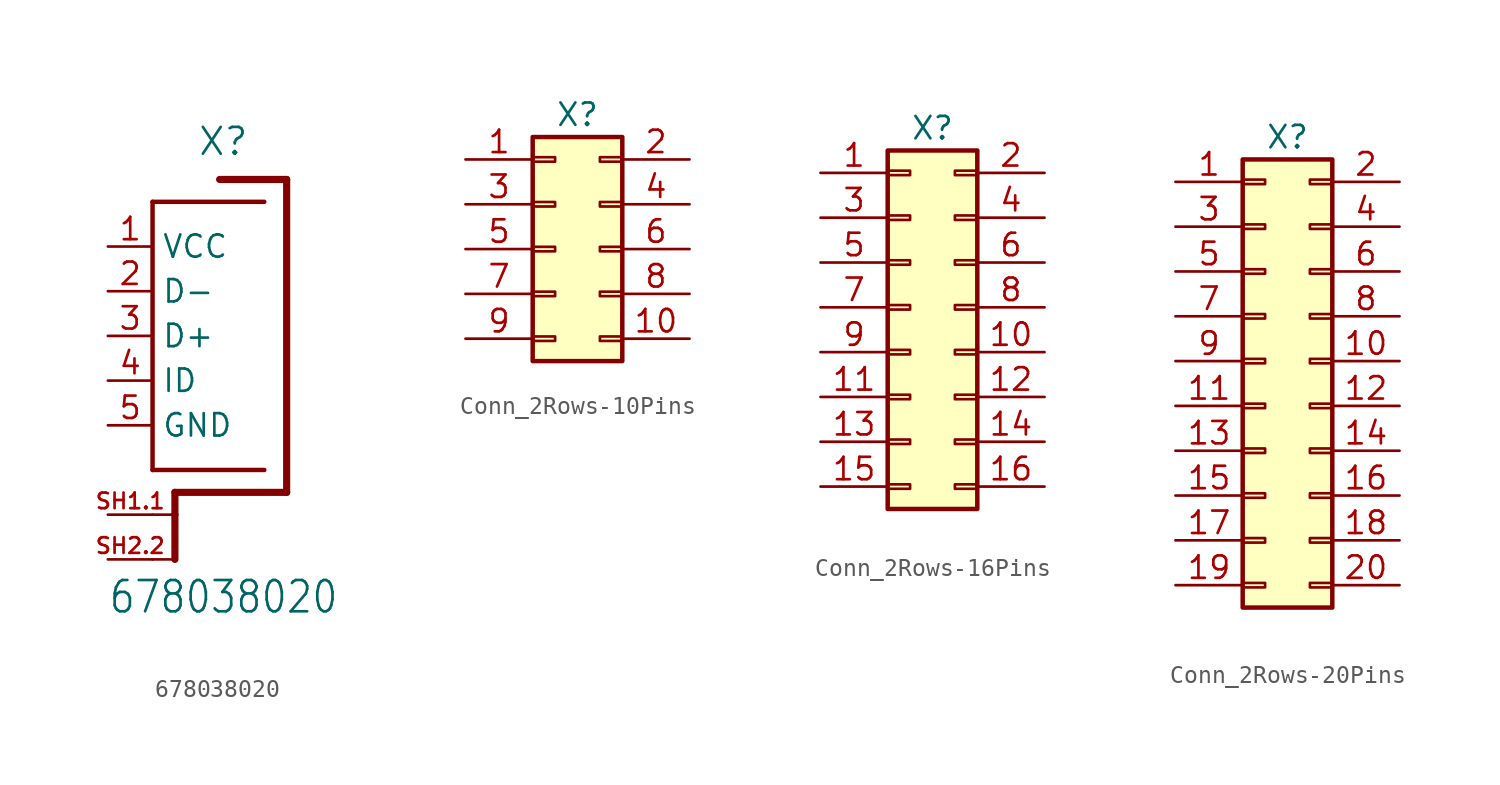
<source format=kicad_sym>
(kicad_symbol_lib
  (version 20220914)
  (generator kicad_symbol_editor)
  (symbol "678038020"
    (property "Reference" "X"
      (at 0 10.16 0)
      (effects (font (size 1.524 1.524)) (justify left bottom)))
    (property "Value" "678038020"
      (at -5.08 -15.875 0)
      (effects (font (size 1.778 1.511)) (justify left bottom)))
    (symbol "678038020_1_0"
      (polyline (pts (xy -2.54 -12.7) (xy -1.27 -12.7)) (stroke (width 0.152) (type solid)) (fill (type none)))
      (polyline (pts (xy -2.54 -10.16) (xy -1.27 -10.16)) (stroke (width 0.152) (type solid)) (fill (type none)))
      (polyline (pts (xy -2.54 -7.62) (xy -2.54 7.62)) (stroke (width 0.254) (type solid)) (fill (type none)))
      (polyline (pts (xy -2.54 7.62) (xy 3.81 7.62)) (stroke (width 0.254) (type solid)) (fill (type none)))
      (polyline (pts (xy -1.27 -10.16) (xy -1.27 -12.7)) (stroke (width 0.406) (type solid)) (fill (type none)))
      (polyline (pts (xy -1.27 -8.89) (xy -1.27 -10.16)) (stroke (width 0.406) (type solid)) (fill (type none)))
      (polyline (pts (xy 1.27 8.89) (xy 5.08 8.89)) (stroke (width 0.406) (type solid)) (fill (type none)))
      (polyline (pts (xy 3.81 -7.62) (xy -2.54 -7.62)) (stroke (width 0.254) (type solid)) (fill (type none)))
      (polyline (pts (xy 5.08 -8.89) (xy -1.27 -8.89)) (stroke (width 0.406) (type solid)) (fill (type none)))
      (polyline (pts (xy 5.08 8.89) (xy 5.08 -8.89)) (stroke (width 0.406) (type solid)) (fill (type none)))
      (pin passive line (at -5.08 5.08 0) (length 2.54) (name "VCC" (effects (font (size 1.27 1.27)))) (number "1" (effects (font (size 1.27 1.27)))))
      (pin passive line (at -5.08 2.54 0) (length 2.54) (name "D-" (effects (font (size 1.27 1.27)))) (number "2" (effects (font (size 1.27 1.27)))))
      (pin passive line (at -5.08 0 0) (length 2.54) (name "D+" (effects (font (size 1.27 1.27)))) (number "3" (effects (font (size 1.27 1.27)))))
      (pin passive line (at -5.08 -2.54 0) (length 2.54) (name "ID" (effects (font (size 1.27 1.27)))) (number "4" (effects (font (size 1.27 1.27)))))
      (pin passive line (at -5.08 -5.08 0) (length 2.54) (name "GND" (effects (font (size 1.27 1.27)))) (number "5" (effects (font (size 1.27 1.27)))))
      (pin passive line (at -5.08 -10.16 0) (length 2.54) (name "SH1" (effects (font (size 0 0)))) (number "SH1.1" (effects (font (size 0.889 0.889)))))
      (pin passive line (at -5.08 -12.7 0) (length 2.54) (name "SH2" (effects (font (size 0 0)))) (number "SH2.2" (effects (font (size 0.889 0.889)))))))
  (symbol "Conn_2Rows-10Pins"
    (pin_names
      (offset 1.016) hide)
    (property "Reference" "X"
      (at 6.35 2.54 0)
      (effects (font (size 1.27 1.27))))
    (symbol "Conn_2Rows-10Pins_1_1"
      (rectangle (start 3.81 -10.033) (end 5.08 -10.287) (stroke (width 0.152) (type default)) (fill (type none)))
      (rectangle (start 3.81 -7.493) (end 5.08 -7.747) (stroke (width 0.152) (type default)) (fill (type none)))
      (rectangle (start 3.81 -4.953) (end 5.08 -5.207) (stroke (width 0.152) (type default)) (fill (type none)))
      (rectangle (start 3.81 -2.413) (end 5.08 -2.667) (stroke (width 0.152) (type default)) (fill (type none)))
      (rectangle (start 3.81 0.127) (end 5.08 -0.127) (stroke (width 0.152) (type default)) (fill (type none)))
      (rectangle (start 3.81 1.27) (end 8.89 -11.43) (stroke (width 0.254) (type default)) (fill (type background)))
      (rectangle (start 8.89 -10.033) (end 7.62 -10.287) (stroke (width 0.152) (type default)) (fill (type none)))
      (rectangle (start 8.89 -7.493) (end 7.62 -7.747) (stroke (width 0.152) (type default)) (fill (type none)))
      (rectangle (start 8.89 -4.953) (end 7.62 -5.207) (stroke (width 0.152) (type default)) (fill (type none)))
      (rectangle (start 8.89 -2.413) (end 7.62 -2.667) (stroke (width 0.152) (type default)) (fill (type none)))
      (rectangle (start 8.89 0.127) (end 7.62 -0.127) (stroke (width 0.152) (type default)) (fill (type none)))
      (pin passive line (at 0 0 0) (length 3.81) (name "Pin_1" (effects (font (size 1.27 1.27)))) (number "1" (effects (font (size 1.27 1.27)))))
      (pin passive line (at 12.7 -10.16 180) (length 3.81) (name "Pin_10" (effects (font (size 1.27 1.27)))) (number "10" (effects (font (size 1.27 1.27)))))
      (pin passive line (at 12.7 0 180) (length 3.81) (name "Pin_2" (effects (font (size 1.27 1.27)))) (number "2" (effects (font (size 1.27 1.27)))))
      (pin passive line (at 0 -2.54 0) (length 3.81) (name "Pin_3" (effects (font (size 1.27 1.27)))) (number "3" (effects (font (size 1.27 1.27)))))
      (pin passive line (at 12.7 -2.54 180) (length 3.81) (name "Pin_4" (effects (font (size 1.27 1.27)))) (number "4" (effects (font (size 1.27 1.27)))))
      (pin passive line (at 0 -5.08 0) (length 3.81) (name "Pin_5" (effects (font (size 1.27 1.27)))) (number "5" (effects (font (size 1.27 1.27)))))
      (pin passive line (at 12.7 -5.08 180) (length 3.81) (name "Pin_6" (effects (font (size 1.27 1.27)))) (number "6" (effects (font (size 1.27 1.27)))))
      (pin passive line (at 0 -7.62 0) (length 3.81) (name "Pin_7" (effects (font (size 1.27 1.27)))) (number "7" (effects (font (size 1.27 1.27)))))
      (pin passive line (at 12.7 -7.62 180) (length 3.81) (name "Pin_8" (effects (font (size 1.27 1.27)))) (number "8" (effects (font (size 1.27 1.27)))))
      (pin passive line (at 0 -10.16 0) (length 3.81) (name "Pin_9" (effects (font (size 1.27 1.27)))) (number "9" (effects (font (size 1.27 1.27)))))))
  (symbol "Conn_2Rows-16Pins"
    (pin_names
      (offset 1.016) hide)
    (property "Reference" "X"
      (at 1.27 17.78 0)
      (effects (font (size 1.27 1.27))))
    (symbol "Conn_2Rows-16Pins_1_1"
      (rectangle (start -1.27 -2.413) (end 0 -2.667) (stroke (width 0.152) (type default)) (fill (type none)))
      (rectangle (start -1.27 0.127) (end 0 -0.127) (stroke (width 0.152) (type default)) (fill (type none)))
      (rectangle (start -1.27 2.667) (end 0 2.413) (stroke (width 0.152) (type default)) (fill (type none)))
      (rectangle (start -1.27 5.207) (end 0 4.953) (stroke (width 0.152) (type default)) (fill (type none)))
      (rectangle (start -1.27 7.747) (end 0 7.493) (stroke (width 0.152) (type default)) (fill (type none)))
      (rectangle (start -1.27 10.287) (end 0 10.033) (stroke (width 0.152) (type default)) (fill (type none)))
      (rectangle (start -1.27 12.827) (end 0 12.573) (stroke (width 0.152) (type default)) (fill (type none)))
      (rectangle (start -1.27 15.367) (end 0 15.113) (stroke (width 0.152) (type default)) (fill (type none)))
      (rectangle (start -1.27 16.51) (end 3.81 -3.81) (stroke (width 0.254) (type default)) (fill (type background)))
      (rectangle (start 3.81 -2.413) (end 2.54 -2.667) (stroke (width 0.152) (type default)) (fill (type none)))
      (rectangle (start 3.81 0.127) (end 2.54 -0.127) (stroke (width 0.152) (type default)) (fill (type none)))
      (rectangle (start 3.81 2.667) (end 2.54 2.413) (stroke (width 0.152) (type default)) (fill (type none)))
      (rectangle (start 3.81 5.207) (end 2.54 4.953) (stroke (width 0.152) (type default)) (fill (type none)))
      (rectangle (start 3.81 7.747) (end 2.54 7.493) (stroke (width 0.152) (type default)) (fill (type none)))
      (rectangle (start 3.81 10.287) (end 2.54 10.033) (stroke (width 0.152) (type default)) (fill (type none)))
      (rectangle (start 3.81 12.827) (end 2.54 12.573) (stroke (width 0.152) (type default)) (fill (type none)))
      (rectangle (start 3.81 15.367) (end 2.54 15.113) (stroke (width 0.152) (type default)) (fill (type none)))
      (pin passive line (at -5.08 15.24 0) (length 3.81) (name "Pin_1" (effects (font (size 1.27 1.27)))) (number "1" (effects (font (size 1.27 1.27)))))
      (pin passive line (at 7.62 5.08 180) (length 3.81) (name "Pin_10" (effects (font (size 1.27 1.27)))) (number "10" (effects (font (size 1.27 1.27)))))
      (pin passive line (at -5.08 2.54 0) (length 3.81) (name "Pin_11" (effects (font (size 1.27 1.27)))) (number "11" (effects (font (size 1.27 1.27)))))
      (pin passive line (at 7.62 2.54 180) (length 3.81) (name "Pin_12" (effects (font (size 1.27 1.27)))) (number "12" (effects (font (size 1.27 1.27)))))
      (pin passive line (at -5.08 0 0) (length 3.81) (name "Pin_13" (effects (font (size 1.27 1.27)))) (number "13" (effects (font (size 1.27 1.27)))))
      (pin passive line (at 7.62 0 180) (length 3.81) (name "Pin_14" (effects (font (size 1.27 1.27)))) (number "14" (effects (font (size 1.27 1.27)))))
      (pin passive line (at -5.08 -2.54 0) (length 3.81) (name "Pin_15" (effects (font (size 1.27 1.27)))) (number "15" (effects (font (size 1.27 1.27)))))
      (pin passive line (at 7.62 -2.54 180) (length 3.81) (name "Pin_16" (effects (font (size 1.27 1.27)))) (number "16" (effects (font (size 1.27 1.27)))))
      (pin passive line (at 7.62 15.24 180) (length 3.81) (name "Pin_2" (effects (font (size 1.27 1.27)))) (number "2" (effects (font (size 1.27 1.27)))))
      (pin passive line (at -5.08 12.7 0) (length 3.81) (name "Pin_3" (effects (font (size 1.27 1.27)))) (number "3" (effects (font (size 1.27 1.27)))))
      (pin passive line (at 7.62 12.7 180) (length 3.81) (name "Pin_4" (effects (font (size 1.27 1.27)))) (number "4" (effects (font (size 1.27 1.27)))))
      (pin passive line (at -5.08 10.16 0) (length 3.81) (name "Pin_5" (effects (font (size 1.27 1.27)))) (number "5" (effects (font (size 1.27 1.27)))))
      (pin passive line (at 7.62 10.16 180) (length 3.81) (name "Pin_6" (effects (font (size 1.27 1.27)))) (number "6" (effects (font (size 1.27 1.27)))))
      (pin passive line (at -5.08 7.62 0) (length 3.81) (name "Pin_7" (effects (font (size 1.27 1.27)))) (number "7" (effects (font (size 1.27 1.27)))))
      (pin passive line (at 7.62 7.62 180) (length 3.81) (name "Pin_8" (effects (font (size 1.27 1.27)))) (number "8" (effects (font (size 1.27 1.27)))))
      (pin passive line (at -5.08 5.08 0) (length 3.81) (name "Pin_9" (effects (font (size 1.27 1.27)))) (number "9" (effects (font (size 1.27 1.27)))))))
  (symbol "Conn_2Rows-20Pins"
    (pin_names
      (offset 1.016) hide)
    (property "Reference" "X"
      (at 6.35 2.54 0)
      (effects (font (size 1.27 1.27))))
    (symbol "Conn_2Rows-20Pins_1_1"
      (rectangle (start 3.81 -22.733) (end 5.08 -22.987) (stroke (width 0.152) (type default)) (fill (type none)))
      (rectangle (start 3.81 -20.193) (end 5.08 -20.447) (stroke (width 0.152) (type default)) (fill (type none)))
      (rectangle (start 3.81 -17.653) (end 5.08 -17.907) (stroke (width 0.152) (type default)) (fill (type none)))
      (rectangle (start 3.81 -15.113) (end 5.08 -15.367) (stroke (width 0.152) (type default)) (fill (type none)))
      (rectangle (start 3.81 -12.573) (end 5.08 -12.827) (stroke (width 0.152) (type default)) (fill (type none)))
      (rectangle (start 3.81 -10.033) (end 5.08 -10.287) (stroke (width 0.152) (type default)) (fill (type none)))
      (rectangle (start 3.81 -7.493) (end 5.08 -7.747) (stroke (width 0.152) (type default)) (fill (type none)))
      (rectangle (start 3.81 -4.953) (end 5.08 -5.207) (stroke (width 0.152) (type default)) (fill (type none)))
      (rectangle (start 3.81 -2.413) (end 5.08 -2.667) (stroke (width 0.152) (type default)) (fill (type none)))
      (rectangle (start 3.81 0.127) (end 5.08 -0.127) (stroke (width 0.152) (type default)) (fill (type none)))
      (rectangle (start 3.81 1.27) (end 8.89 -24.13) (stroke (width 0.254) (type default)) (fill (type background)))
      (rectangle (start 8.89 -22.733) (end 7.62 -22.987) (stroke (width 0.152) (type default)) (fill (type none)))
      (rectangle (start 8.89 -20.193) (end 7.62 -20.447) (stroke (width 0.152) (type default)) (fill (type none)))
      (rectangle (start 8.89 -17.653) (end 7.62 -17.907) (stroke (width 0.152) (type default)) (fill (type none)))
      (rectangle (start 8.89 -15.113) (end 7.62 -15.367) (stroke (width 0.152) (type default)) (fill (type none)))
      (rectangle (start 8.89 -12.573) (end 7.62 -12.827) (stroke (width 0.152) (type default)) (fill (type none)))
      (rectangle (start 8.89 -10.033) (end 7.62 -10.287) (stroke (width 0.152) (type default)) (fill (type none)))
      (rectangle (start 8.89 -7.493) (end 7.62 -7.747) (stroke (width 0.152) (type default)) (fill (type none)))
      (rectangle (start 8.89 -4.953) (end 7.62 -5.207) (stroke (width 0.152) (type default)) (fill (type none)))
      (rectangle (start 8.89 -2.413) (end 7.62 -2.667) (stroke (width 0.152) (type default)) (fill (type none)))
      (rectangle (start 8.89 0.127) (end 7.62 -0.127) (stroke (width 0.152) (type default)) (fill (type none)))
      (pin passive line (at 0 0 0) (length 3.81) (name "Pin_1" (effects (font (size 1.27 1.27)))) (number "1" (effects (font (size 1.27 1.27)))))
      (pin passive line (at 12.7 -10.16 180) (length 3.81) (name "Pin_10" (effects (font (size 1.27 1.27)))) (number "10" (effects (font (size 1.27 1.27)))))
      (pin passive line (at 0 -12.7 0) (length 3.81) (name "Pin_11" (effects (font (size 1.27 1.27)))) (number "11" (effects (font (size 1.27 1.27)))))
      (pin passive line (at 12.7 -12.7 180) (length 3.81) (name "Pin_12" (effects (font (size 1.27 1.27)))) (number "12" (effects (font (size 1.27 1.27)))))
      (pin passive line (at 0 -15.24 0) (length 3.81) (name "Pin_13" (effects (font (size 1.27 1.27)))) (number "13" (effects (font (size 1.27 1.27)))))
      (pin passive line (at 12.7 -15.24 180) (length 3.81) (name "Pin_14" (effects (font (size 1.27 1.27)))) (number "14" (effects (font (size 1.27 1.27)))))
      (pin passive line (at 0 -17.78 0) (length 3.81) (name "Pin_15" (effects (font (size 1.27 1.27)))) (number "15" (effects (font (size 1.27 1.27)))))
      (pin passive line (at 12.7 -17.78 180) (length 3.81) (name "Pin_16" (effects (font (size 1.27 1.27)))) (number "16" (effects (font (size 1.27 1.27)))))
      (pin passive line (at 0 -20.32 0) (length 3.81) (name "Pin_17" (effects (font (size 1.27 1.27)))) (number "17" (effects (font (size 1.27 1.27)))))
      (pin passive line (at 12.7 -20.32 180) (length 3.81) (name "Pin_18" (effects (font (size 1.27 1.27)))) (number "18" (effects (font (size 1.27 1.27)))))
      (pin passive line (at 0 -22.86 0) (length 3.81) (name "Pin_19" (effects (font (size 1.27 1.27)))) (number "19" (effects (font (size 1.27 1.27)))))
      (pin passive line (at 12.7 0 180) (length 3.81) (name "Pin_2" (effects (font (size 1.27 1.27)))) (number "2" (effects (font (size 1.27 1.27)))))
      (pin passive line (at 12.7 -22.86 180) (length 3.81) (name "Pin_20" (effects (font (size 1.27 1.27)))) (number "20" (effects (font (size 1.27 1.27)))))
      (pin passive line (at 0 -2.54 0) (length 3.81) (name "Pin_3" (effects (font (size 1.27 1.27)))) (number "3" (effects (font (size 1.27 1.27)))))
      (pin passive line (at 12.7 -2.54 180) (length 3.81) (name "Pin_4" (effects (font (size 1.27 1.27)))) (number "4" (effects (font (size 1.27 1.27)))))
      (pin passive line (at 0 -5.08 0) (length 3.81) (name "Pin_5" (effects (font (size 1.27 1.27)))) (number "5" (effects (font (size 1.27 1.27)))))
      (pin passive line (at 12.7 -5.08 180) (length 3.81) (name "Pin_6" (effects (font (size 1.27 1.27)))) (number "6" (effects (font (size 1.27 1.27)))))
      (pin passive line (at 0 -7.62 0) (length 3.81) (name "Pin_7" (effects (font (size 1.27 1.27)))) (number "7" (effects (font (size 1.27 1.27)))))
      (pin passive line (at 12.7 -7.62 180) (length 3.81) (name "Pin_8" (effects (font (size 1.27 1.27)))) (number "8" (effects (font (size 1.27 1.27)))))
      (pin passive line (at 0 -10.16 0) (length 3.81) (name "Pin_9" (effects (font (size 1.27 1.27)))) (number "9" (effects (font (size 1.27 1.27))))))))
</source>
